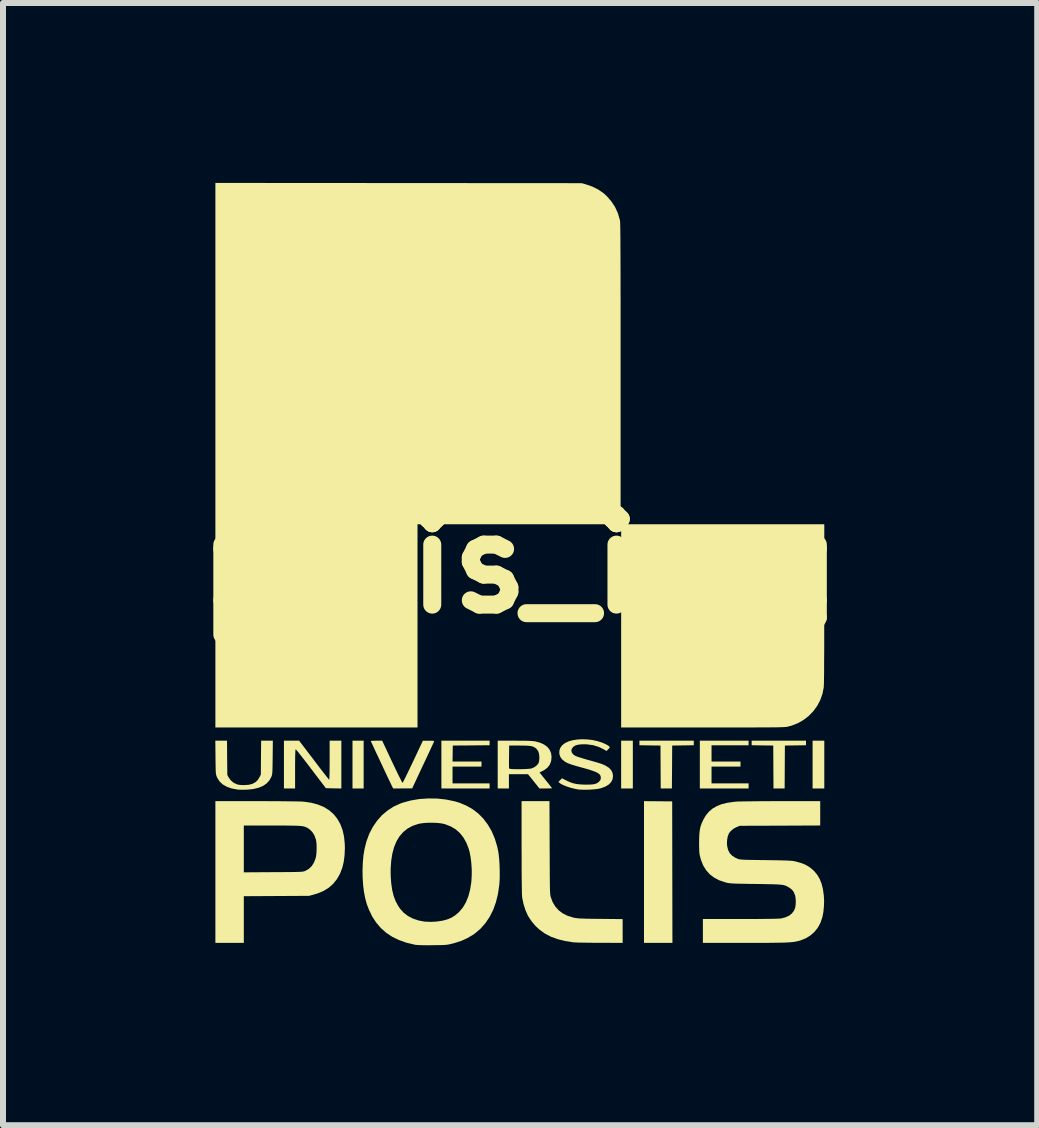
<source format=kicad_pcb>
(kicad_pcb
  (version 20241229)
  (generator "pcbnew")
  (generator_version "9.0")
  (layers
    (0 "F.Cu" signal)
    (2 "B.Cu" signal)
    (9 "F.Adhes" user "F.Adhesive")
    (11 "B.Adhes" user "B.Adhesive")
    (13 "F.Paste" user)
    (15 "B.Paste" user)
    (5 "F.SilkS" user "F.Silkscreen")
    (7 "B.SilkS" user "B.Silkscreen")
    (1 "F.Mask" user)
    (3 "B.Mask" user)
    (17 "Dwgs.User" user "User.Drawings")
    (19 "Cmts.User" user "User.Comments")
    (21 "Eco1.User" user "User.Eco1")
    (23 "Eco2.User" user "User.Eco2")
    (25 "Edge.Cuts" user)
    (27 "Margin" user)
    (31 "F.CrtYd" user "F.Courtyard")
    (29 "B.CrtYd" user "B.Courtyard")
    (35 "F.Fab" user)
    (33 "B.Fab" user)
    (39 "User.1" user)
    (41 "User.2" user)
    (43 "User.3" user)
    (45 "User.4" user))
  (footprint "polis_img"
    (layer "F.Cu")
    (at 5.621 6.352)
    (property "Reference" "polis_img" (at 0 0 0) (layer "F.SilkS") (effects (font (size 1.5 1.5) (thickness 0.3))))
    (attr board_only exclude_from_pos_files exclude_from_bom)
    (fp_poly (pts (xy -2.608 3.345) (xy -2.608 3.744) (xy -2.701 3.744) (xy -2.794 3.744) (xy -2.794 3.345) (xy -2.794 2.947) (xy -2.701 2.947) (xy -2.608 2.947)) (stroke (width 0) (type solid)) (fill yes) (layer "F.SilkS"))
    (fp_poly (pts (xy 1.88 3.345) (xy 1.88 3.744) (xy 1.782 3.744) (xy 1.685 3.744) (xy 1.685 3.345) (xy 1.685 2.947) (xy 1.782 2.947) (xy 1.88 2.947)) (stroke (width 0) (type solid)) (fill yes) (layer "F.SilkS"))
    (fp_poly (pts (xy 2.301 3.957) (xy 2.536 3.959) (xy 2.538 5.139) (xy 2.54 6.318) (xy 2.303 6.318) (xy 2.066 6.318) (xy 2.066 5.137) (xy 2.066 3.955)) (stroke (width 0) (type solid)) (fill yes) (layer "F.SilkS"))
    (fp_poly (pts (xy 5.072 3.345) (xy 5.072 3.744) (xy 4.974 3.744) (xy 4.877 3.744) (xy 4.877 3.345) (xy 4.877 2.947) (xy 4.974 2.947) (xy 5.072 2.947)) (stroke (width 0) (type solid)) (fill yes) (layer "F.SilkS"))
    (fp_poly (pts (xy 2.896 2.985) (xy 2.896 3.023) (xy 2.716 3.026) (xy 2.536 3.028) (xy 2.534 3.386) (xy 2.531 3.744) (xy 2.438 3.744) (xy 2.345 3.744) (xy 2.343 3.386) (xy 2.341 3.028) (xy 2.165 3.026) (xy 1.99 3.023) (xy 1.99 2.985) (xy 1.99 2.947) (xy 2.443 2.947) (xy 2.896 2.947)) (stroke (width 0) (type solid)) (fill yes) (layer "F.SilkS"))
    (fp_poly (pts (xy 4.767 2.985) (xy 4.767 3.023) (xy 4.591 3.026) (xy 4.415 3.028) (xy 4.413 3.386) (xy 4.411 3.744) (xy 4.318 3.744) (xy 4.225 3.744) (xy 4.223 3.386) (xy 4.221 3.028) (xy 4.041 3.026) (xy 3.861 3.023) (xy 3.861 2.985) (xy 3.861 2.947) (xy 4.314 2.947) (xy 4.767 2.947)) (stroke (width 0) (type solid)) (fill yes) (layer "F.SilkS"))
    (fp_poly (pts (xy -0.508 2.985) (xy -0.508 3.023) (xy -0.815 3.026) (xy -1.122 3.028) (xy -1.124 3.161) (xy -1.126 3.295) (xy -0.885 3.295) (xy -0.643 3.295) (xy -0.643 3.337) (xy -0.643 3.379) (xy -0.885 3.379) (xy -1.126 3.379) (xy -1.126 3.519) (xy -1.126 3.659) (xy -0.817 3.659) (xy -0.508 3.659) (xy -0.508 3.701) (xy -0.508 3.744) (xy -0.91 3.744) (xy -1.312 3.744) (xy -1.312 3.345) (xy -1.312 2.947) (xy -0.91 2.947) (xy -0.508 2.947)) (stroke (width 0) (type solid)) (fill yes) (layer "F.SilkS"))
    (fp_poly (pts (xy 3.81 2.985) (xy 3.81 3.024) (xy 3.501 3.024) (xy 3.192 3.024) (xy 3.192 3.159) (xy 3.192 3.295) (xy 3.433 3.295) (xy 3.675 3.295) (xy 3.675 3.337) (xy 3.675 3.379) (xy 3.433 3.379) (xy 3.192 3.379) (xy 3.192 3.519) (xy 3.192 3.659) (xy 3.501 3.659) (xy 3.81 3.659) (xy 3.81 3.701) (xy 3.81 3.744) (xy 3.404 3.744) (xy 2.997 3.744) (xy 2.997 3.345) (xy 2.997 2.947) (xy 3.404 2.947) (xy 3.81 2.947)) (stroke (width 0) (type solid)) (fill yes) (layer "F.SilkS"))
    (fp_poly (pts (xy -2.026 -6.35) (xy 1.029 -6.348) (xy 1.094 -6.329) (xy 1.202 -6.292) (xy 1.298 -6.245) (xy 1.383 -6.188) (xy 1.443 -6.135) (xy 1.52 -6.047) (xy 1.583 -5.952) (xy 1.63 -5.85) (xy 1.662 -5.741) (xy 1.668 -5.713) (xy 1.668 -5.7) (xy 1.669 -5.673) (xy 1.67 -5.63) (xy 1.671 -5.573) (xy 1.672 -5.501) (xy 1.673 -5.413) (xy 1.673 -5.311) (xy 1.674 -5.193) (xy 1.674 -5.059) (xy 1.675 -4.91) (xy 1.675 -4.745) (xy 1.675 -4.563) (xy 1.676 -4.366) (xy 1.676 -4.153) (xy 1.676 -3.923) (xy 1.676 -3.676) (xy 1.676 -3.413) (xy 1.676 -3.162) (xy 1.676 -0.661) (xy -0.017 -0.661) (xy -1.71 -0.661) (xy -1.71 1.033) (xy -1.71 2.727) (xy -3.395 2.727) (xy -5.08 2.727) (xy -5.08 -1.813) (xy -5.08 -6.352)) (stroke (width 0) (type solid)) (fill yes) (layer "F.SilkS"))
    (fp_poly (pts (xy 5.072 0.663) (xy 5.071 0.87) (xy 5.071 1.061) (xy 5.071 1.236) (xy 5.071 1.394) (xy 5.07 1.535) (xy 5.069 1.659) (xy 5.069 1.767) (xy 5.068 1.859) (xy 5.067 1.933) (xy 5.066 1.991) (xy 5.064 2.031) (xy 5.063 2.055) (xy 5.063 2.058) (xy 5.041 2.168) (xy 5.004 2.272) (xy 4.953 2.368) (xy 4.889 2.456) (xy 4.813 2.534) (xy 4.727 2.601) (xy 4.632 2.655) (xy 4.528 2.696) (xy 4.464 2.713) (xy 4.455 2.715) (xy 4.444 2.717) (xy 4.43 2.718) (xy 4.411 2.72) (xy 4.389 2.721) (xy 4.361 2.722) (xy 4.326 2.723) (xy 4.285 2.724) (xy 4.236 2.724) (xy 4.179 2.725) (xy 4.112 2.726) (xy 4.036 2.726) (xy 3.948 2.726) (xy 3.848 2.727) (xy 3.736 2.727) (xy 3.611 2.727) (xy 3.472 2.727) (xy 3.317 2.727) (xy 3.147 2.727) (xy 3.044 2.727) (xy 1.685 2.727) (xy 1.685 1.033) (xy 1.685 -0.661) (xy 3.378 -0.661) (xy 5.072 -0.661)) (stroke (width 0) (type solid)) (fill yes) (layer "F.SilkS"))
    (fp_poly (pts (xy -3.437 3.271) (xy -3.388 3.336) (xy -3.342 3.397) (xy -3.299 3.452) (xy -3.262 3.5) (xy -3.23 3.54) (xy -3.206 3.571) (xy -3.19 3.59) (xy -3.183 3.598) (xy -3.183 3.598) (xy -3.181 3.591) (xy -3.179 3.567) (xy -3.178 3.529) (xy -3.176 3.477) (xy -3.176 3.412) (xy -3.175 3.336) (xy -3.175 3.274) (xy -3.175 2.947) (xy -3.078 2.947) (xy -2.98 2.947) (xy -2.98 3.346) (xy -2.98 3.744) (xy -3.109 3.742) (xy -3.238 3.739) (xy -3.484 3.416) (xy -3.533 3.351) (xy -3.58 3.29) (xy -3.622 3.236) (xy -3.66 3.188) (xy -3.691 3.148) (xy -3.716 3.118) (xy -3.733 3.099) (xy -3.74 3.092) (xy -3.74 3.092) (xy -3.743 3.095) (xy -3.745 3.106) (xy -3.747 3.126) (xy -3.748 3.157) (xy -3.75 3.199) (xy -3.75 3.255) (xy -3.751 3.324) (xy -3.751 3.409) (xy -3.751 3.417) (xy -3.751 3.744) (xy -3.844 3.744) (xy -3.937 3.744) (xy -3.937 3.345) (xy -3.937 2.947) (xy -3.811 2.947) (xy -3.684 2.947)) (stroke (width 0) (type solid)) (fill yes) (layer "F.SilkS"))
    (fp_poly (pts (xy -2.299 2.947) (xy -2.134 3.299) (xy -2.1 3.371) (xy -2.068 3.437) (xy -2.039 3.498) (xy -2.013 3.55) (xy -1.991 3.593) (xy -1.975 3.625) (xy -1.964 3.645) (xy -1.96 3.65) (xy -1.955 3.643) (xy -1.943 3.622) (xy -1.926 3.588) (xy -1.904 3.544) (xy -1.878 3.49) (xy -1.848 3.429) (xy -1.816 3.361) (xy -1.786 3.299) (xy -1.621 2.948) (xy -1.525 2.948) (xy -1.484 2.948) (xy -1.457 2.949) (xy -1.441 2.951) (xy -1.434 2.954) (xy -1.434 2.96) (xy -1.434 2.962) (xy -1.439 2.973) (xy -1.45 2.997) (xy -1.467 3.033) (xy -1.489 3.081) (xy -1.515 3.137) (xy -1.545 3.201) (xy -1.578 3.271) (xy -1.613 3.346) (xy -1.62 3.36) (xy -1.799 3.743) (xy -1.958 3.743) (xy -2.116 3.744) (xy -2.132 3.712) (xy -2.141 3.695) (xy -2.155 3.665) (xy -2.174 3.625) (xy -2.198 3.576) (xy -2.224 3.52) (xy -2.253 3.459) (xy -2.283 3.394) (xy -2.314 3.328) (xy -2.345 3.262) (xy -2.375 3.198) (xy -2.404 3.138) (xy -2.429 3.083) (xy -2.451 3.035) (xy -2.469 2.997) (xy -2.482 2.969) (xy -2.488 2.954) (xy -2.489 2.952) (xy -2.481 2.95) (xy -2.46 2.949) (xy -2.428 2.948) (xy -2.394 2.947)) (stroke (width 0) (type solid)) (fill yes) (layer "F.SilkS"))
    (fp_poly (pts (xy -4.884 3.233) (xy -4.881 3.519) (xy -4.855 3.566) (xy -4.82 3.612) (xy -4.773 3.65) (xy -4.719 3.675) (xy -4.713 3.677) (xy -4.688 3.682) (xy -4.653 3.686) (xy -4.613 3.687) (xy -4.602 3.687) (xy -4.527 3.683) (xy -4.466 3.668) (xy -4.416 3.642) (xy -4.376 3.606) (xy -4.348 3.562) (xy -4.322 3.512) (xy -4.32 3.23) (xy -4.317 2.947) (xy -4.22 2.947) (xy -4.122 2.947) (xy -4.125 3.225) (xy -4.126 3.301) (xy -4.127 3.363) (xy -4.128 3.411) (xy -4.129 3.449) (xy -4.131 3.478) (xy -4.133 3.5) (xy -4.137 3.517) (xy -4.14 3.531) (xy -4.145 3.545) (xy -4.147 3.55) (xy -4.18 3.61) (xy -4.227 3.661) (xy -4.287 3.702) (xy -4.36 3.732) (xy -4.448 3.753) (xy -4.549 3.764) (xy -4.568 3.764) (xy -4.614 3.765) (xy -4.66 3.765) (xy -4.7 3.763) (xy -4.723 3.76) (xy -4.815 3.742) (xy -4.894 3.713) (xy -4.959 3.675) (xy -5.01 3.627) (xy -5.047 3.57) (xy -5.056 3.55) (xy -5.061 3.536) (xy -5.066 3.522) (xy -5.069 3.506) (xy -5.072 3.487) (xy -5.074 3.461) (xy -5.075 3.427) (xy -5.076 3.383) (xy -5.077 3.327) (xy -5.078 3.256) (xy -5.078 3.225) (xy -5.081 2.947) (xy -4.984 2.947) (xy -4.886 2.947)) (stroke (width 0) (type solid)) (fill yes) (layer "F.SilkS"))
    (fp_poly (pts (xy 0.493 4.728) (xy 0.494 4.861) (xy 0.494 4.978) (xy 0.495 5.081) (xy 0.495 5.169) (xy 0.496 5.245) (xy 0.496 5.31) (xy 0.497 5.364) (xy 0.498 5.409) (xy 0.499 5.445) (xy 0.501 5.475) (xy 0.502 5.498) (xy 0.504 5.516) (xy 0.506 5.531) (xy 0.508 5.542) (xy 0.511 5.552) (xy 0.543 5.639) (xy 0.588 5.713) (xy 0.644 5.776) (xy 0.712 5.827) (xy 0.793 5.867) (xy 0.887 5.896) (xy 0.891 5.897) (xy 0.911 5.901) (xy 0.932 5.905) (xy 0.954 5.907) (xy 0.98 5.91) (xy 1.012 5.912) (xy 1.051 5.913) (xy 1.1 5.915) (xy 1.159 5.916) (xy 1.232 5.917) (xy 1.319 5.918) (xy 1.34 5.918) (xy 1.71 5.922) (xy 1.71 6.12) (xy 1.71 6.318) (xy 1.331 6.317) (xy 1.25 6.317) (xy 1.172 6.316) (xy 1.099 6.315) (xy 1.034 6.314) (xy 0.977 6.313) (xy 0.932 6.311) (xy 0.901 6.31) (xy 0.889 6.309) (xy 0.751 6.287) (xy 0.626 6.256) (xy 0.514 6.215) (xy 0.414 6.163) (xy 0.326 6.1) (xy 0.257 6.036) (xy 0.189 5.955) (xy 0.133 5.869) (xy 0.09 5.774) (xy 0.057 5.67) (xy 0.034 5.556) (xy 0.033 5.538) (xy 0.031 5.503) (xy 0.03 5.453) (xy 0.029 5.389) (xy 0.028 5.311) (xy 0.027 5.219) (xy 0.026 5.116) (xy 0.026 5.001) (xy 0.026 4.876) (xy 0.025 4.74) (xy 0.025 4.728) (xy 0.025 3.955) (xy 0.258 3.955) (xy 0.49 3.955)) (stroke (width 0) (type solid)) (fill yes) (layer "F.SilkS"))
    (fp_poly (pts (xy -0.005 2.948) (xy 0.064 2.948) (xy 0.12 2.949) (xy 0.165 2.951) (xy 0.201 2.953) (xy 0.23 2.956) (xy 0.254 2.959) (xy 0.261 2.961) (xy 0.34 2.983) (xy 0.405 3.014) (xy 0.457 3.053) (xy 0.494 3.101) (xy 0.517 3.156) (xy 0.525 3.219) (xy 0.518 3.286) (xy 0.497 3.343) (xy 0.461 3.392) (xy 0.411 3.432) (xy 0.375 3.452) (xy 0.324 3.477) (xy 0.428 3.607) (xy 0.461 3.647) (xy 0.489 3.682) (xy 0.511 3.711) (xy 0.527 3.731) (xy 0.533 3.74) (xy 0.533 3.74) (xy 0.525 3.741) (xy 0.504 3.742) (xy 0.472 3.743) (xy 0.432 3.744) (xy 0.428 3.744) (xy 0.323 3.744) (xy 0.228 3.625) (xy 0.132 3.506) (xy -0.027 3.506) (xy -0.186 3.506) (xy -0.186 3.625) (xy -0.186 3.744) (xy -0.279 3.744) (xy -0.373 3.744) (xy -0.373 3.345) (xy -0.373 3.318) (xy -0.185 3.318) (xy -0.185 3.36) (xy -0.184 3.391) (xy -0.183 3.408) (xy -0.182 3.411) (xy -0.173 3.415) (xy -0.149 3.419) (xy -0.114 3.421) (xy -0.072 3.422) (xy -0.024 3.423) (xy 0.026 3.422) (xy 0.075 3.421) (xy 0.12 3.418) (xy 0.157 3.415) (xy 0.186 3.411) (xy 0.193 3.409) (xy 0.237 3.39) (xy 0.275 3.362) (xy 0.303 3.329) (xy 0.31 3.314) (xy 0.316 3.292) (xy 0.32 3.259) (xy 0.322 3.225) (xy 0.316 3.166) (xy 0.301 3.119) (xy 0.274 3.083) (xy 0.261 3.072) (xy 0.241 3.059) (xy 0.22 3.048) (xy 0.197 3.04) (xy 0.167 3.035) (xy 0.129 3.031) (xy 0.08 3.029) (xy 0.018 3.029) (xy -0.008 3.028) (xy -0.182 3.028) (xy -0.184 3.214) (xy -0.185 3.269) (xy -0.185 3.318) (xy -0.373 3.318) (xy -0.373 2.947) (xy -0.089 2.947)) (stroke (width 0) (type solid)) (fill yes) (layer "F.SilkS"))
    (fp_poly (pts (xy -4.388 3.955) (xy -4.268 3.955) (xy -4.155 3.956) (xy -4.048 3.956) (xy -3.95 3.957) (xy -3.861 3.958) (xy -3.783 3.959) (xy -3.717 3.96) (xy -3.664 3.961) (xy -3.626 3.963) (xy -3.605 3.964) (xy -3.482 3.982) (xy -3.37 4.012) (xy -3.271 4.053) (xy -3.184 4.107) (xy -3.11 4.171) (xy -3.048 4.248) (xy -2.998 4.336) (xy -2.96 4.435) (xy -2.935 4.546) (xy -2.923 4.668) (xy -2.921 4.735) (xy -2.926 4.857) (xy -2.94 4.966) (xy -2.964 5.066) (xy -2.999 5.157) (xy -3.006 5.172) (xy -3.057 5.26) (xy -3.118 5.335) (xy -3.19 5.399) (xy -3.275 5.451) (xy -3.372 5.492) (xy -3.433 5.511) (xy -3.518 5.534) (xy -4.062 5.537) (xy -4.606 5.54) (xy -4.606 5.929) (xy -4.606 6.318) (xy -4.843 6.318) (xy -5.08 6.318) (xy -5.08 5.137) (xy -5.08 4.752) (xy -4.606 4.752) (xy -4.606 5.142) (xy -4.117 5.139) (xy -4.014 5.139) (xy -3.926 5.138) (xy -3.852 5.138) (xy -3.792 5.137) (xy -3.742 5.136) (xy -3.702 5.135) (xy -3.671 5.134) (xy -3.647 5.132) (xy -3.628 5.131) (xy -3.613 5.128) (xy -3.602 5.125) (xy -3.591 5.122) (xy -3.581 5.118) (xy -3.579 5.117) (xy -3.523 5.085) (xy -3.475 5.04) (xy -3.438 4.982) (xy -3.41 4.912) (xy -3.403 4.883) (xy -3.397 4.842) (xy -3.393 4.792) (xy -3.392 4.737) (xy -3.393 4.683) (xy -3.397 4.634) (xy -3.403 4.599) (xy -3.428 4.528) (xy -3.464 4.47) (xy -3.511 4.424) (xy -3.536 4.407) (xy -3.552 4.398) (xy -3.568 4.39) (xy -3.584 4.383) (xy -3.603 4.378) (xy -3.625 4.373) (xy -3.652 4.37) (xy -3.686 4.367) (xy -3.727 4.365) (xy -3.778 4.364) (xy -3.84 4.363) (xy -3.914 4.362) (xy -4.002 4.362) (xy -4.105 4.362) (xy -4.134 4.362) (xy -4.606 4.362) (xy -4.606 4.752) (xy -5.08 4.752) (xy -5.08 3.955)) (stroke (width 0) (type solid)) (fill yes) (layer "F.SilkS"))
    (fp_poly (pts (xy 1.117 2.926) (xy 1.202 2.935) (xy 1.284 2.953) (xy 1.363 2.977) (xy 1.434 3.009) (xy 1.44 3.012) (xy 1.471 3.03) (xy 1.489 3.044) (xy 1.494 3.057) (xy 1.487 3.072) (xy 1.471 3.089) (xy 1.441 3.119) (xy 1.4 3.094) (xy 1.312 3.051) (xy 1.218 3.022) (xy 1.115 3.008) (xy 1.067 3.007) (xy 1.006 3.009) (xy 0.958 3.016) (xy 0.921 3.028) (xy 0.892 3.046) (xy 0.884 3.053) (xy 0.861 3.084) (xy 0.855 3.116) (xy 0.864 3.148) (xy 0.888 3.178) (xy 0.924 3.202) (xy 0.942 3.209) (xy 0.974 3.22) (xy 1.016 3.233) (xy 1.065 3.248) (xy 1.119 3.264) (xy 1.137 3.269) (xy 1.205 3.288) (xy 1.259 3.303) (xy 1.302 3.316) (xy 1.336 3.327) (xy 1.363 3.336) (xy 1.387 3.346) (xy 1.408 3.355) (xy 1.428 3.365) (xy 1.482 3.399) (xy 1.52 3.44) (xy 1.542 3.486) (xy 1.549 3.537) (xy 1.542 3.59) (xy 1.518 3.637) (xy 1.48 3.677) (xy 1.427 3.71) (xy 1.359 3.736) (xy 1.312 3.748) (xy 1.267 3.755) (xy 1.21 3.76) (xy 1.147 3.764) (xy 1.083 3.765) (xy 1.025 3.764) (xy 0.976 3.761) (xy 0.969 3.76) (xy 0.906 3.748) (xy 0.842 3.732) (xy 0.781 3.712) (xy 0.726 3.69) (xy 0.682 3.668) (xy 0.66 3.652) (xy 0.639 3.634) (xy 0.669 3.604) (xy 0.699 3.574) (xy 0.774 3.612) (xy 0.832 3.639) (xy 0.888 3.658) (xy 0.945 3.67) (xy 1.01 3.677) (xy 1.085 3.68) (xy 1.096 3.68) (xy 1.16 3.679) (xy 1.209 3.676) (xy 1.247 3.669) (xy 1.277 3.659) (xy 1.301 3.644) (xy 1.318 3.629) (xy 1.337 3.607) (xy 1.345 3.584) (xy 1.346 3.568) (xy 1.344 3.544) (xy 1.337 3.524) (xy 1.323 3.506) (xy 1.301 3.489) (xy 1.269 3.472) (xy 1.227 3.455) (xy 1.171 3.436) (xy 1.102 3.415) (xy 1.05 3.401) (xy 0.978 3.381) (xy 0.919 3.364) (xy 0.873 3.35) (xy 0.837 3.338) (xy 0.808 3.327) (xy 0.784 3.317) (xy 0.764 3.306) (xy 0.744 3.294) (xy 0.743 3.294) (xy 0.698 3.256) (xy 0.669 3.213) (xy 0.654 3.164) (xy 0.654 3.16) (xy 0.656 3.109) (xy 0.672 3.064) (xy 0.704 3.022) (xy 0.707 3.019) (xy 0.751 2.986) (xy 0.808 2.959) (xy 0.876 2.94) (xy 0.952 2.928) (xy 1.033 2.923)) (stroke (width 0) (type solid)) (fill yes) (layer "F.SilkS"))
    (fp_poly (pts (xy -1.383 3.912) (xy -1.236 3.928) (xy -1.095 3.957) (xy -1.012 3.981) (xy -0.897 4.029) (xy -0.791 4.089) (xy -0.695 4.163) (xy -0.61 4.25) (xy -0.536 4.349) (xy -0.472 4.459) (xy -0.421 4.581) (xy -0.381 4.713) (xy -0.363 4.799) (xy -0.355 4.857) (xy -0.348 4.928) (xy -0.343 5.007) (xy -0.34 5.09) (xy -0.339 5.173) (xy -0.34 5.251) (xy -0.344 5.321) (xy -0.347 5.355) (xy -0.369 5.504) (xy -0.403 5.642) (xy -0.449 5.769) (xy -0.507 5.884) (xy -0.577 5.988) (xy -0.658 6.08) (xy -0.75 6.159) (xy -0.794 6.189) (xy -0.881 6.24) (xy -0.976 6.283) (xy -1.083 6.318) (xy -1.122 6.329) (xy -1.152 6.336) (xy -1.178 6.342) (xy -1.202 6.347) (xy -1.227 6.35) (xy -1.256 6.353) (xy -1.291 6.354) (xy -1.335 6.356) (xy -1.391 6.356) (xy -1.461 6.357) (xy -1.544 6.358) (xy -1.612 6.357) (xy -1.666 6.356) (xy -1.708 6.354) (xy -1.741 6.351) (xy -1.757 6.348) (xy -1.895 6.315) (xy -2.019 6.271) (xy -2.132 6.216) (xy -2.232 6.15) (xy -2.321 6.071) (xy -2.399 5.98) (xy -2.466 5.877) (xy -2.522 5.76) (xy -2.556 5.67) (xy -2.582 5.575) (xy -2.603 5.467) (xy -2.617 5.35) (xy -2.625 5.228) (xy -2.627 5.103) (xy -2.626 5.09) (xy -2.158 5.09) (xy -2.157 5.204) (xy -2.148 5.328) (xy -2.132 5.437) (xy -2.108 5.535) (xy -2.075 5.623) (xy -2.032 5.702) (xy -1.999 5.751) (xy -1.94 5.816) (xy -1.869 5.87) (xy -1.787 5.913) (xy -1.695 5.944) (xy -1.596 5.963) (xy -1.489 5.968) (xy -1.384 5.962) (xy -1.292 5.948) (xy -1.213 5.927) (xy -1.144 5.898) (xy -1.082 5.859) (xy -1.024 5.81) (xy -1.015 5.801) (xy -0.954 5.729) (xy -0.904 5.644) (xy -0.864 5.547) (xy -0.834 5.436) (xy -0.814 5.312) (xy -0.812 5.293) (xy -0.806 5.192) (xy -0.806 5.089) (xy -0.813 4.986) (xy -0.825 4.889) (xy -0.842 4.8) (xy -0.856 4.751) (xy -0.895 4.65) (xy -0.944 4.562) (xy -1.003 4.488) (xy -1.072 4.426) (xy -1.153 4.378) (xy -1.244 4.342) (xy -1.267 4.335) (xy -1.319 4.325) (xy -1.382 4.318) (xy -1.452 4.315) (xy -1.525 4.315) (xy -1.595 4.319) (xy -1.658 4.327) (xy -1.697 4.335) (xy -1.791 4.366) (xy -1.874 4.411) (xy -1.947 4.469) (xy -2.009 4.54) (xy -2.06 4.624) (xy -2.1 4.721) (xy -2.13 4.831) (xy -2.149 4.954) (xy -2.158 5.09) (xy -2.626 5.09) (xy -2.622 4.979) (xy -2.611 4.859) (xy -2.594 4.756) (xy -2.56 4.622) (xy -2.514 4.498) (xy -2.455 4.385) (xy -2.385 4.283) (xy -2.305 4.192) (xy -2.213 4.114) (xy -2.112 4.048) (xy -2.002 3.997) (xy -1.96 3.982) (xy -1.823 3.944) (xy -1.679 3.92) (xy -1.532 3.91)) (stroke (width 0) (type solid)) (fill yes) (layer "F.SilkS"))
    (fp_poly (pts (xy 5.004 4.158) (xy 5.004 4.361) (xy 4.333 4.364) (xy 3.662 4.366) (xy 3.613 4.386) (xy 3.562 4.413) (xy 3.518 4.448) (xy 3.486 4.486) (xy 3.48 4.497) (xy 3.462 4.544) (xy 3.452 4.6) (xy 3.449 4.659) (xy 3.453 4.706) (xy 3.469 4.771) (xy 3.496 4.823) (xy 3.535 4.864) (xy 3.587 4.898) (xy 3.621 4.913) (xy 3.633 4.918) (xy 3.644 4.922) (xy 3.657 4.925) (xy 3.673 4.927) (xy 3.693 4.929) (xy 3.72 4.931) (xy 3.754 4.933) (xy 3.797 4.934) (xy 3.851 4.935) (xy 3.918 4.936) (xy 3.998 4.937) (xy 4.094 4.938) (xy 4.094 4.938) (xy 4.191 4.94) (xy 4.273 4.941) (xy 4.342 4.942) (xy 4.398 4.944) (xy 4.444 4.945) (xy 4.482 4.947) (xy 4.512 4.949) (xy 4.537 4.951) (xy 4.558 4.954) (xy 4.578 4.958) (xy 4.593 4.961) (xy 4.681 4.985) (xy 4.756 5.014) (xy 4.821 5.052) (xy 4.879 5.098) (xy 4.908 5.127) (xy 4.958 5.188) (xy 4.997 5.256) (xy 5.027 5.332) (xy 5.049 5.42) (xy 5.063 5.52) (xy 5.064 5.526) (xy 5.069 5.614) (xy 5.066 5.707) (xy 5.058 5.797) (xy 5.043 5.879) (xy 5.041 5.886) (xy 5.01 5.979) (xy 4.966 6.062) (xy 4.909 6.134) (xy 4.84 6.195) (xy 4.761 6.243) (xy 4.672 6.278) (xy 4.636 6.288) (xy 4.612 6.293) (xy 4.588 6.298) (xy 4.564 6.302) (xy 4.538 6.305) (xy 4.508 6.308) (xy 4.474 6.31) (xy 4.434 6.312) (xy 4.387 6.314) (xy 4.331 6.315) (xy 4.266 6.316) (xy 4.191 6.317) (xy 4.103 6.318) (xy 4.002 6.318) (xy 3.887 6.318) (xy 3.756 6.318) (xy 3.753 6.318) (xy 3.048 6.318) (xy 3.048 6.119) (xy 3.048 5.92) (xy 3.672 5.92) (xy 3.803 5.92) (xy 3.921 5.92) (xy 4.027 5.919) (xy 4.119 5.918) (xy 4.196 5.917) (xy 4.26 5.916) (xy 4.307 5.914) (xy 4.339 5.912) (xy 4.352 5.911) (xy 4.422 5.893) (xy 4.483 5.866) (xy 4.531 5.828) (xy 4.566 5.783) (xy 4.584 5.742) (xy 4.593 5.696) (xy 4.597 5.641) (xy 4.595 5.586) (xy 4.588 5.537) (xy 4.585 5.525) (xy 4.564 5.473) (xy 4.535 5.433) (xy 4.493 5.4) (xy 4.487 5.397) (xy 4.467 5.385) (xy 4.449 5.375) (xy 4.432 5.367) (xy 4.413 5.36) (xy 4.391 5.354) (xy 4.364 5.35) (xy 4.332 5.347) (xy 4.291 5.344) (xy 4.242 5.342) (xy 4.182 5.34) (xy 4.11 5.339) (xy 4.023 5.337) (xy 3.929 5.336) (xy 3.832 5.335) (xy 3.752 5.333) (xy 3.685 5.332) (xy 3.629 5.331) (xy 3.585 5.33) (xy 3.549 5.328) (xy 3.52 5.326) (xy 3.496 5.324) (xy 3.476 5.321) (xy 3.459 5.318) (xy 3.441 5.314) (xy 3.423 5.309) (xy 3.419 5.308) (xy 3.321 5.275) (xy 3.236 5.231) (xy 3.163 5.175) (xy 3.103 5.108) (xy 3.054 5.029) (xy 3.017 4.938) (xy 3.004 4.891) (xy 2.997 4.863) (xy 2.992 4.837) (xy 2.989 4.809) (xy 2.987 4.777) (xy 2.986 4.737) (xy 2.985 4.686) (xy 2.985 4.641) (xy 2.986 4.565) (xy 2.989 4.502) (xy 2.995 4.449) (xy 3.003 4.402) (xy 3.015 4.359) (xy 3.032 4.315) (xy 3.054 4.268) (xy 3.056 4.263) (xy 3.098 4.191) (xy 3.149 4.13) (xy 3.209 4.079) (xy 3.281 4.038) (xy 3.363 4.005) (xy 3.459 3.982) (xy 3.569 3.966) (xy 3.593 3.964) (xy 3.616 3.962) (xy 3.656 3.961) (xy 3.709 3.96) (xy 3.774 3.959) (xy 3.851 3.958) (xy 3.936 3.957) (xy 4.03 3.956) (xy 4.129 3.956) (xy 4.234 3.955) (xy 4.341 3.955) (xy 4.346 3.955) (xy 5.004 3.955)) (stroke (width 0) (type solid)) (fill yes) (layer "F.SilkS")))
  (gr_rect
    (start -3 -3)
    (end 14.243 15.71)
    (stroke (width 0.1) (type default))
    (fill no)
    (layer "Edge.Cuts")))
</source>
